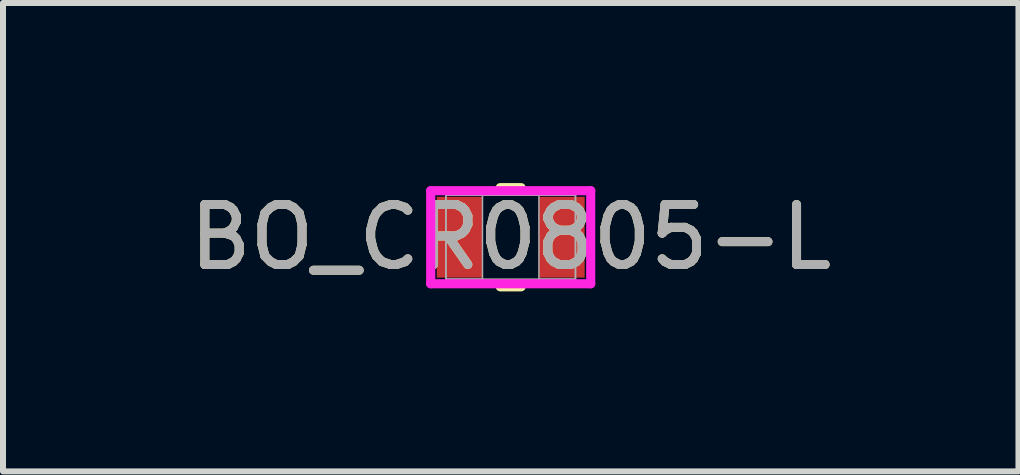
<source format=kicad_pcb>
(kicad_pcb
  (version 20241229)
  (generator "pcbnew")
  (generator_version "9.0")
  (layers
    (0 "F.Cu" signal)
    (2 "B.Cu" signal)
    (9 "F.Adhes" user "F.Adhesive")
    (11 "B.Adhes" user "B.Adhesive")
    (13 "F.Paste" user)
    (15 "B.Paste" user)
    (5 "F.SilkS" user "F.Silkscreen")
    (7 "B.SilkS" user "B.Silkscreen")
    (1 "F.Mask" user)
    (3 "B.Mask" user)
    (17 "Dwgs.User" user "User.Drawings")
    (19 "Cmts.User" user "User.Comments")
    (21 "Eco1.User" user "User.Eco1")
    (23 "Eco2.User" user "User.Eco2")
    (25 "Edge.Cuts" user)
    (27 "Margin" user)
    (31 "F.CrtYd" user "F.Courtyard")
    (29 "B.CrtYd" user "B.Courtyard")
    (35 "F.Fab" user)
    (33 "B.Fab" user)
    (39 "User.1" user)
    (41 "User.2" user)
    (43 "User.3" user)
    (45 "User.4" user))
  (footprint "BO_CR0805-L"
    (layer "F.Cu")
    (at 5.458 0.902)
    (property "Reference" "BO_CR0805-L" (at 0 0 0) (unlocked yes) (layer "F.SilkS") (effects (font (size 1 1) (thickness 0.15))))
    (attr smd)
    (fp_line (start -0.174 0.826) (end 0.174 0.826) (stroke (width 0.152) (type solid)) (layer "F.SilkS"))
    (fp_line (start 0.174 -0.826) (end -0.174 -0.826) (stroke (width 0.152) (type solid)) (layer "F.SilkS"))
    (fp_line (start -1.333 -0.775) (end 1.333 -0.775) (stroke (width 0.152) (type solid)) (layer "F.CrtYd"))
    (fp_line (start -1.333 0.775) (end -1.333 -0.775) (stroke (width 0.152) (type solid)) (layer "F.CrtYd"))
    (fp_line (start 1.333 -0.775) (end 1.333 0.775) (stroke (width 0.152) (type solid)) (layer "F.CrtYd"))
    (fp_line (start 1.333 0.775) (end -1.333 0.775) (stroke (width 0.152) (type solid)) (layer "F.CrtYd"))
    (fp_line (start -1.079 -0.699) (end -1.079 0.699) (stroke (width 0.025) (type solid)) (layer "F.Fab"))
    (fp_line (start -1.079 -0.699) (end -1.079 0.699) (stroke (width 0.025) (type solid)) (layer "F.Fab"))
    (fp_line (start -1.079 0.699) (end -0.47 0.699) (stroke (width 0.025) (type solid)) (layer "F.Fab"))
    (fp_line (start -1.079 0.699) (end 1.079 0.699) (stroke (width 0.025) (type solid)) (layer "F.Fab"))
    (fp_line (start -0.47 -0.699) (end -1.079 -0.699) (stroke (width 0.025) (type solid)) (layer "F.Fab"))
    (fp_line (start -0.47 0.699) (end -0.47 -0.699) (stroke (width 0.025) (type solid)) (layer "F.Fab"))
    (fp_line (start 0.47 -0.699) (end 0.47 0.699) (stroke (width 0.025) (type solid)) (layer "F.Fab"))
    (fp_line (start 0.47 0.699) (end 1.079 0.699) (stroke (width 0.025) (type solid)) (layer "F.Fab"))
    (fp_line (start 1.079 -0.699) (end -1.079 -0.699) (stroke (width 0.025) (type solid)) (layer "F.Fab"))
    (fp_line (start 1.079 -0.699) (end 0.47 -0.699) (stroke (width 0.025) (type solid)) (layer "F.Fab"))
    (fp_line (start 1.079 0.699) (end 1.079 -0.699) (stroke (width 0.025) (type solid)) (layer "F.Fab"))
    (fp_line (start 1.079 0.699) (end 1.079 -0.699) (stroke (width 0.025) (type solid)) (layer "F.Fab"))
    (fp_text user "${REFERENCE}" (at 0 0 0) (unlocked yes) (layer "F.Fab") (effects (font (size 1 1) (thickness 0.15))))
    (pad "1" smd rect (at -0.851 0) (size 0.762 1.346) (layers "F.Cu" "F.Mask" "F.Paste"))
    (pad "2" smd rect (at 0.851 0) (size 0.762 1.346) (layers "F.Cu" "F.Mask" "F.Paste"))
    (zone (net_name "") (layer "F.Cu") (hatch full 0.508) (connect_pads) (min_thickness 0.254) (filled_areas_thickness no) (keepout (tracks not_allowed) (vias not_allowed) (pads allowed) (copperpour not_allowed) (footprints allowed)) (placement (enabled no)) (fill) (polygon (pts (xy 5.039 0.254) (xy 5.877 0.254) (xy 5.877 1.549) (xy 5.039 1.549)))))
  (gr_rect
    (start -3 -3)
    (end 13.917 4.803)
    (stroke (width 0.1) (type default))
    (fill no)
    (layer "Edge.Cuts")))
</source>
